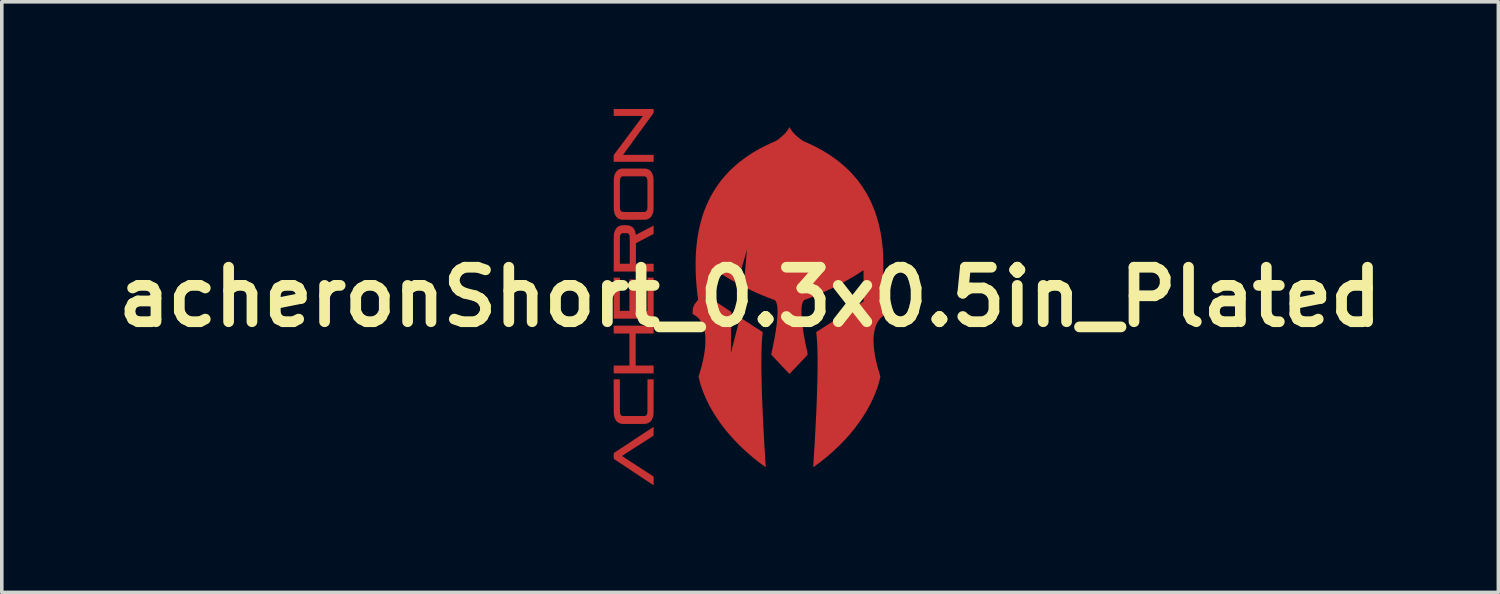
<source format=kicad_pcb>
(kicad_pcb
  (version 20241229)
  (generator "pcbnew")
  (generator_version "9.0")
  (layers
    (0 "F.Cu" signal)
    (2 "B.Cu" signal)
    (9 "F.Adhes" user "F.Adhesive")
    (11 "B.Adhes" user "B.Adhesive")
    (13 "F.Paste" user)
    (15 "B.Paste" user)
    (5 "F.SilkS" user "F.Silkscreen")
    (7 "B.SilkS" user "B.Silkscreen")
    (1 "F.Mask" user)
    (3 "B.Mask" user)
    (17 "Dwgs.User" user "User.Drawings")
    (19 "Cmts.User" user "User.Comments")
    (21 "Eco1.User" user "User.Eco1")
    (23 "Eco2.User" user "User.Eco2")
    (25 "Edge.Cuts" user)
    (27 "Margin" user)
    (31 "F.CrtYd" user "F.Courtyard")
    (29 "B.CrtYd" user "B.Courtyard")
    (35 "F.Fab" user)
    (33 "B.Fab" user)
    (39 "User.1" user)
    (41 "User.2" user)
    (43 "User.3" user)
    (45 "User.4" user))
  (footprint "acheronShort_0.3x0.5in_Plated"
    (layer "F.Cu")
    (at 17.932 5.26)
    (property "Reference" "acheronShort_0.3x0.5in_Plated" (at 0 0 0) (layer "F.SilkS") (effects (font (size 1.524 1.524) (thickness 0.3))))
    (attr through_hole)
    (pad "1" smd custom (at -3.7 -3.9) (size 0.1 0.1) (layers "F.Cu" "F.Mask") (options (anchor circle)) (primitives (gr_poly (pts (xy 0.998 -1.303) (xy 0.997 -1.252) (xy 0.567 -0.663) (xy 0.137 -0.073) (xy 0.567 -0.073) (xy 0.998 -0.072) (xy 0.998 0.111) (xy -0.11 0.111) (xy -0.11 -0.07) (xy 0.301 -0.62) (xy 0.336 -0.667) (xy 0.37 -0.713) (xy 0.403 -0.757) (xy 0.436 -0.801) (xy 0.467 -0.842) (xy 0.497 -0.883) (xy 0.525 -0.921) (xy 0.552 -0.957) (xy 0.577 -0.991) (xy 0.601 -1.022) (xy 0.622 -1.051) (xy 0.642 -1.077) (xy 0.659 -1.101) (xy 0.674 -1.121) (xy 0.687 -1.138) (xy 0.697 -1.152) (xy 0.704 -1.162) (xy 0.709 -1.168) (xy 0.711 -1.171) (xy 0.711 -1.171) (xy 0.708 -1.171) (xy 0.701 -1.171) (xy 0.689 -1.171) (xy 0.673 -1.171) (xy 0.653 -1.171) (xy 0.629 -1.171) (xy 0.602 -1.171) (xy 0.571 -1.172) (xy 0.538 -1.172) (xy 0.501 -1.172) (xy 0.463 -1.172) (xy 0.422 -1.172) (xy 0.379 -1.172) (xy 0.335 -1.172) (xy 0.301 -1.172) (xy -0.11 -1.172) (xy -0.11 -1.355) (xy 0.998 -1.355) (xy 0.998 -1.303)) (width 0.01) (fill yes))))
    (pad "1" smd custom (at -3.7 -2.8) (size 0.1 0.1) (layers "F.Cu" "F.Mask") (options (anchor circle)) (primitives (gr_poly (pts (xy 0.49 -0.79) (xy 0.533 -0.79) (xy 0.572 -0.79) (xy 0.607 -0.79) (xy 0.638 -0.79) (xy 0.665 -0.79) (xy 0.688 -0.79) (xy 0.708 -0.789) (xy 0.726 -0.789) (xy 0.741 -0.789) (xy 0.753 -0.789) (xy 0.763 -0.789) (xy 0.772 -0.788) (xy 0.779 -0.788) (xy 0.784 -0.787) (xy 0.789 -0.787) (xy 0.792 -0.786) (xy 0.796 -0.786) (xy 0.798 -0.785) (xy 0.83 -0.776) (xy 0.857 -0.764) (xy 0.882 -0.749) (xy 0.905 -0.73) (xy 0.914 -0.721) (xy 0.935 -0.696) (xy 0.952 -0.668) (xy 0.967 -0.637) (xy 0.979 -0.601) (xy 0.988 -0.562) (xy 0.992 -0.54) (xy 0.992 -0.536) (xy 0.993 -0.532) (xy 0.993 -0.527) (xy 0.994 -0.521) (xy 0.994 -0.515) (xy 0.995 -0.507) (xy 0.995 -0.497) (xy 0.995 -0.486) (xy 0.995 -0.473) (xy 0.996 -0.457) (xy 0.996 -0.439) (xy 0.996 -0.419) (xy 0.996 -0.395) (xy 0.996 -0.368) (xy 0.996 -0.338) (xy 0.996 -0.304) (xy 0.996 -0.267) (xy 0.996 -0.225) (xy 0.996 -0.178) (xy 0.996 -0.127) (xy 0.996 -0.081) (xy 0.996 -0.025) (xy 0.996 0.026) (xy 0.996 0.072) (xy 0.996 0.114) (xy 0.996 0.152) (xy 0.996 0.187) (xy 0.996 0.217) (xy 0.996 0.245) (xy 0.996 0.269) (xy 0.996 0.29) (xy 0.995 0.309) (xy 0.995 0.325) (xy 0.994 0.339) (xy 0.994 0.352) (xy 0.993 0.363) (xy 0.993 0.372) (xy 0.992 0.38) (xy 0.991 0.388) (xy 0.99 0.394) (xy 0.989 0.401) (xy 0.988 0.407) (xy 0.987 0.413) (xy 0.985 0.42) (xy 0.985 0.423) (xy 0.976 0.453) (xy 0.965 0.483) (xy 0.952 0.512) (xy 0.937 0.538) (xy 0.929 0.548) (xy 0.91 0.57) (xy 0.886 0.589) (xy 0.86 0.605) (xy 0.83 0.618) (xy 0.808 0.625) (xy 0.783 0.632) (xy 0.453 0.633) (xy 0.412 0.633) (xy 0.373 0.633) (xy 0.334 0.633) (xy 0.298 0.633) (xy 0.264 0.632) (xy 0.233 0.632) (xy 0.204 0.632) (xy 0.178 0.632) (xy 0.156 0.632) (xy 0.138 0.632) (xy 0.123 0.631) (xy 0.114 0.631) (xy 0.108 0.631) (xy 0.108 0.631) (xy 0.074 0.624) (xy 0.042 0.612) (xy 0.014 0.597) (xy -0.012 0.577) (xy -0.024 0.566) (xy -0.043 0.543) (xy -0.06 0.518) (xy -0.074 0.49) (xy -0.086 0.459) (xy -0.095 0.424) (xy -0.103 0.384) (xy -0.104 0.38) (xy -0.104 0.376) (xy -0.105 0.371) (xy -0.105 0.367) (xy -0.106 0.361) (xy -0.106 0.355) (xy -0.107 0.347) (xy -0.107 0.338) (xy -0.107 0.327) (xy -0.107 0.314) (xy -0.108 0.299) (xy -0.108 0.281) (xy -0.108 0.261) (xy -0.108 0.238) (xy -0.108 0.212) (xy -0.108 0.182) (xy -0.108 0.149) (xy -0.108 0.111) (xy -0.108 0.07) (xy -0.108 0.024) (xy -0.108 -0.026) (xy -0.108 -0.079) (xy 0.054 -0.079) (xy 0.054 -0.026) (xy 0.054 0.022) (xy 0.054 0.065) (xy 0.054 0.104) (xy 0.054 0.139) (xy 0.054 0.17) (xy 0.054 0.198) (xy 0.055 0.222) (xy 0.055 0.243) (xy 0.055 0.261) (xy 0.055 0.276) (xy 0.055 0.289) (xy 0.055 0.3) (xy 0.056 0.31) (xy 0.056 0.317) (xy 0.056 0.323) (xy 0.057 0.328) (xy 0.057 0.332) (xy 0.058 0.336) (xy 0.059 0.339) (xy 0.059 0.34) (xy 0.066 0.364) (xy 0.075 0.383) (xy 0.086 0.399) (xy 0.101 0.41) (xy 0.118 0.418) (xy 0.127 0.421) (xy 0.131 0.422) (xy 0.141 0.422) (xy 0.155 0.423) (xy 0.172 0.423) (xy 0.193 0.424) (xy 0.218 0.424) (xy 0.245 0.425) (xy 0.274 0.425) (xy 0.305 0.425) (xy 0.338 0.425) (xy 0.372 0.425) (xy 0.407 0.425) (xy 0.443 0.426) (xy 0.478 0.426) (xy 0.513 0.426) (xy 0.547 0.425) (xy 0.58 0.425) (xy 0.611 0.425) (xy 0.641 0.425) (xy 0.668 0.425) (xy 0.692 0.424) (xy 0.713 0.424) (xy 0.731 0.423) (xy 0.745 0.423) (xy 0.755 0.422) (xy 0.759 0.422) (xy 0.779 0.415) (xy 0.795 0.405) (xy 0.808 0.39) (xy 0.819 0.372) (xy 0.827 0.349) (xy 0.829 0.339) (xy 0.83 0.336) (xy 0.83 0.332) (xy 0.831 0.328) (xy 0.831 0.324) (xy 0.832 0.318) (xy 0.832 0.311) (xy 0.832 0.302) (xy 0.833 0.292) (xy 0.833 0.279) (xy 0.833 0.265) (xy 0.833 0.247) (xy 0.834 0.227) (xy 0.834 0.204) (xy 0.834 0.178) (xy 0.834 0.148) (xy 0.834 0.114) (xy 0.834 0.076) (xy 0.834 0.034) (xy 0.834 -0.012) (xy 0.834 -0.064) (xy 0.834 -0.079) (xy 0.834 -0.131) (xy 0.834 -0.179) (xy 0.834 -0.223) (xy 0.834 -0.261) (xy 0.834 -0.296) (xy 0.834 -0.327) (xy 0.834 -0.355) (xy 0.834 -0.379) (xy 0.833 -0.399) (xy 0.833 -0.418) (xy 0.833 -0.433) (xy 0.833 -0.446) (xy 0.833 -0.457) (xy 0.832 -0.466) (xy 0.832 -0.474) (xy 0.832 -0.48) (xy 0.831 -0.485) (xy 0.831 -0.489) (xy 0.83 -0.492) (xy 0.829 -0.495) (xy 0.829 -0.496) (xy 0.822 -0.521) (xy 0.813 -0.541) (xy 0.8 -0.557) (xy 0.785 -0.569) (xy 0.767 -0.577) (xy 0.755 -0.58) (xy 0.751 -0.581) (xy 0.744 -0.581) (xy 0.733 -0.582) (xy 0.719 -0.582) (xy 0.701 -0.582) (xy 0.679 -0.582) (xy 0.653 -0.582) (xy 0.623 -0.583) (xy 0.589 -0.583) (xy 0.55 -0.583) (xy 0.507 -0.583) (xy 0.458 -0.582) (xy 0.435 -0.582) (xy 0.13 -0.582) (xy 0.115 -0.576) (xy 0.098 -0.566) (xy 0.084 -0.553) (xy 0.072 -0.536) (xy 0.063 -0.514) (xy 0.059 -0.498) (xy 0.058 -0.495) (xy 0.058 -0.492) (xy 0.057 -0.488) (xy 0.057 -0.484) (xy 0.056 -0.479) (xy 0.056 -0.472) (xy 0.056 -0.464) (xy 0.055 -0.454) (xy 0.055 -0.442) (xy 0.055 -0.428) (xy 0.055 -0.412) (xy 0.055 -0.392) (xy 0.054 -0.37) (xy 0.054 -0.345) (xy 0.054 -0.316) (xy 0.054 -0.283) (xy 0.054 -0.247) (xy 0.054 -0.206) (xy 0.054 -0.161) (xy 0.054 -0.111) (xy 0.054 -0.079) (xy -0.108 -0.079) (xy -0.108 -0.134) (xy -0.108 -0.184) (xy -0.108 -0.229) (xy -0.108 -0.271) (xy -0.108 -0.308) (xy -0.108 -0.341) (xy -0.108 -0.37) (xy -0.108 -0.397) (xy -0.108 -0.42) (xy -0.108 -0.44) (xy -0.108 -0.457) (xy -0.107 -0.472) (xy -0.107 -0.485) (xy -0.107 -0.496) (xy -0.107 -0.505) (xy -0.106 -0.513) (xy -0.106 -0.519) (xy -0.105 -0.524) (xy -0.105 -0.529) (xy -0.104 -0.533) (xy -0.104 -0.537) (xy -0.096 -0.576) (xy -0.087 -0.611) (xy -0.076 -0.643) (xy -0.062 -0.671) (xy -0.046 -0.696) (xy -0.039 -0.705) (xy -0.02 -0.727) (xy -0.001 -0.744) (xy 0.02 -0.759) (xy 0.043 -0.77) (xy 0.07 -0.78) (xy 0.08 -0.783) (xy 0.105 -0.79) (xy 0.442 -0.79) (xy 0.49 -0.79)) (width 0.01) (fill yes))))
    (pad "1" smd custom (at -3.7 -0.9) (size 0.1 0.1) (layers "F.Cu" "F.Mask") (options (anchor circle)) (primitives (gr_poly (pts (xy 0.239 -1.106) (xy 0.255 -1.105) (xy 0.264 -1.104) (xy 0.3 -1.099) (xy 0.331 -1.091) (xy 0.36 -1.079) (xy 0.388 -1.063) (xy 0.389 -1.062) (xy 0.413 -1.044) (xy 0.434 -1.023) (xy 0.451 -0.999) (xy 0.466 -0.971) (xy 0.479 -0.94) (xy 0.489 -0.904) (xy 0.496 -0.864) (xy 0.497 -0.861) (xy 0.501 -0.832) (xy 0.748 -0.962) (xy 0.78 -0.979) (xy 0.812 -0.996) (xy 0.842 -1.011) (xy 0.871 -1.026) (xy 0.897 -1.04) (xy 0.92 -1.052) (xy 0.941 -1.063) (xy 0.959 -1.072) (xy 0.974 -1.08) (xy 0.985 -1.086) (xy 0.993 -1.09) (xy 0.996 -1.091) (xy 0.996 -1.091) (xy 0.996 -1.089) (xy 0.997 -1.082) (xy 0.997 -1.071) (xy 0.997 -1.056) (xy 0.997 -1.038) (xy 0.998 -1.018) (xy 0.998 -0.996) (xy 0.998 -0.981) (xy 0.998 -0.87) (xy 0.987 -0.864) (xy 0.983 -0.862) (xy 0.975 -0.858) (xy 0.964 -0.852) (xy 0.948 -0.844) (xy 0.93 -0.834) (xy 0.908 -0.823) (xy 0.884 -0.81) (xy 0.858 -0.796) (xy 0.829 -0.781) (xy 0.799 -0.765) (xy 0.768 -0.749) (xy 0.745 -0.737) (xy 0.713 -0.72) (xy 0.682 -0.704) (xy 0.653 -0.689) (xy 0.626 -0.674) (xy 0.6 -0.661) (xy 0.577 -0.649) (xy 0.557 -0.638) (xy 0.54 -0.629) (xy 0.526 -0.622) (xy 0.516 -0.616) (xy 0.51 -0.613) (xy 0.508 -0.612) (xy 0.502 -0.608) (xy 0.502 -0.027) (xy 0.998 -0.027) (xy 0.998 0.181) (xy -0.11 0.181) (xy -0.109 -0.027) (xy 0.053 -0.027) (xy 0.34 -0.027) (xy 0.34 -0.406) (xy 0.34 -0.459) (xy 0.34 -0.507) (xy 0.34 -0.551) (xy 0.34 -0.59) (xy 0.34 -0.625) (xy 0.339 -0.657) (xy 0.339 -0.684) (xy 0.339 -0.708) (xy 0.339 -0.729) (xy 0.339 -0.747) (xy 0.338 -0.761) (xy 0.338 -0.774) (xy 0.338 -0.784) (xy 0.337 -0.792) (xy 0.337 -0.798) (xy 0.337 -0.802) (xy 0.336 -0.804) (xy 0.331 -0.828) (xy 0.323 -0.848) (xy 0.312 -0.864) (xy 0.299 -0.877) (xy 0.285 -0.885) (xy 0.268 -0.894) (xy 0.125 -0.894) (xy 0.111 -0.887) (xy 0.094 -0.876) (xy 0.08 -0.861) (xy 0.069 -0.842) (xy 0.06 -0.819) (xy 0.059 -0.813) (xy 0.058 -0.81) (xy 0.058 -0.807) (xy 0.057 -0.803) (xy 0.057 -0.797) (xy 0.056 -0.791) (xy 0.056 -0.783) (xy 0.056 -0.773) (xy 0.055 -0.76) (xy 0.055 -0.746) (xy 0.055 -0.729) (xy 0.055 -0.709) (xy 0.055 -0.686) (xy 0.054 -0.66) (xy 0.054 -0.63) (xy 0.054 -0.597) (xy 0.054 -0.559) (xy 0.054 -0.517) (xy 0.054 -0.471) (xy 0.054 -0.42) (xy 0.054 -0.411) (xy 0.053 -0.027) (xy -0.109 -0.027) (xy -0.109 -0.322) (xy -0.109 -0.383) (xy -0.109 -0.439) (xy -0.109 -0.49) (xy -0.109 -0.536) (xy -0.109 -0.579) (xy -0.108 -0.618) (xy -0.108 -0.652) (xy -0.108 -0.684) (xy -0.108 -0.712) (xy -0.108 -0.737) (xy -0.107 -0.759) (xy -0.107 -0.779) (xy -0.107 -0.796) (xy -0.106 -0.811) (xy -0.106 -0.824) (xy -0.105 -0.835) (xy -0.104 -0.845) (xy -0.103 -0.854) (xy -0.103 -0.861) (xy -0.102 -0.868) (xy -0.1 -0.874) (xy -0.099 -0.88) (xy -0.098 -0.886) (xy -0.096 -0.891) (xy -0.095 -0.897) (xy -0.093 -0.904) (xy -0.092 -0.907) (xy -0.082 -0.94) (xy -0.071 -0.968) (xy -0.057 -0.993) (xy -0.041 -1.016) (xy -0.022 -1.038) (xy -0.014 -1.046) (xy 0.006 -1.062) (xy 0.027 -1.076) (xy 0.05 -1.087) (xy 0.077 -1.095) (xy 0.096 -1.1) (xy 0.106 -1.102) (xy 0.121 -1.103) (xy 0.138 -1.104) (xy 0.158 -1.105) (xy 0.178 -1.106) (xy 0.2 -1.106) (xy 0.22 -1.106) (xy 0.239 -1.106)) (width 0.01) (fill yes))))
    (pad "1" smd custom (at -3.7 0) (size 0.1 0.1) (layers "F.Cu" "F.Mask") (options (anchor circle)) (primitives (gr_poly (pts (xy 0.053 0.391) (xy 0.33 0.391) (xy 0.33 -0.49) (xy 0.495 -0.49) (xy 0.495 0.391) (xy 0.835 0.391) (xy 0.835 -0.538) (xy 0.998 -0.538) (xy 0.998 0.599) (xy -0.11 0.599) (xy -0.11 -0.538) (xy 0.053 -0.538) (xy 0.053 0.391)) (width 0.01) (fill yes))))
    (pad "1" smd custom (at -3.7 0.9) (size 0.1 0.1) (layers "F.Cu" "F.Mask") (options (anchor circle)) (primitives (gr_poly (pts (xy 0.997 0.01) (xy 0.996 0.115) (xy 0.495 0.116) (xy 0.495 1.02) (xy 0.998 1.02) (xy 0.997 1.125) (xy 0.996 1.23) (xy 0.443 1.23) (xy -0.11 1.231) (xy -0.11 1.02) (xy 0.33 1.02) (xy 0.33 0.116) (xy -0.11 0.116) (xy -0.11 -0.095) (xy 0.998 -0.095) (xy 0.997 0.01)) (width 0.01) (fill yes))))
    (pad "1" smd custom (at -3.7 2.5) (size 0.1 0.1) (layers "F.Cu" "F.Mask") (options (anchor circle)) (primitives (gr_poly (pts (xy 0.054 0.27) (xy 0.054 0.328) (xy 0.054 0.381) (xy 0.054 0.43) (xy 0.054 0.474) (xy 0.054 0.514) (xy 0.054 0.55) (xy 0.054 0.582) (xy 0.054 0.611) (xy 0.055 0.637) (xy 0.055 0.659) (xy 0.055 0.679) (xy 0.056 0.696) (xy 0.056 0.71) (xy 0.057 0.723) (xy 0.057 0.733) (xy 0.058 0.742) (xy 0.059 0.75) (xy 0.06 0.756) (xy 0.061 0.761) (xy 0.062 0.765) (xy 0.063 0.769) (xy 0.065 0.773) (xy 0.066 0.776) (xy 0.068 0.779) (xy 0.07 0.783) (xy 0.071 0.785) (xy 0.081 0.802) (xy 0.096 0.816) (xy 0.114 0.827) (xy 0.128 0.833) (xy 0.76 0.833) (xy 0.775 0.827) (xy 0.791 0.817) (xy 0.805 0.804) (xy 0.816 0.788) (xy 0.824 0.768) (xy 0.829 0.752) (xy 0.83 0.75) (xy 0.83 0.747) (xy 0.831 0.744) (xy 0.831 0.74) (xy 0.831 0.734) (xy 0.832 0.728) (xy 0.832 0.72) (xy 0.832 0.71) (xy 0.833 0.699) (xy 0.833 0.685) (xy 0.833 0.669) (xy 0.833 0.65) (xy 0.833 0.629) (xy 0.834 0.604) (xy 0.834 0.576) (xy 0.834 0.545) (xy 0.834 0.51) (xy 0.834 0.471) (xy 0.834 0.427) (xy 0.834 0.38) (xy 0.834 0.327) (xy 0.834 0.27) (xy 0.834 0.27) (xy 0.835 -0.194) (xy 0.998 -0.194) (xy 0.997 0.287) (xy 0.997 0.345) (xy 0.997 0.399) (xy 0.997 0.448) (xy 0.997 0.492) (xy 0.997 0.532) (xy 0.996 0.569) (xy 0.996 0.601) (xy 0.996 0.631) (xy 0.996 0.656) (xy 0.996 0.679) (xy 0.996 0.699) (xy 0.995 0.716) (xy 0.995 0.731) (xy 0.995 0.744) (xy 0.995 0.755) (xy 0.994 0.764) (xy 0.994 0.772) (xy 0.994 0.778) (xy 0.993 0.783) (xy 0.993 0.788) (xy 0.992 0.792) (xy 0.992 0.795) (xy 0.985 0.831) (xy 0.976 0.863) (xy 0.965 0.893) (xy 0.952 0.921) (xy 0.945 0.935) (xy 0.926 0.961) (xy 0.904 0.984) (xy 0.879 1.004) (xy 0.85 1.02) (xy 0.818 1.032) (xy 0.788 1.04) (xy 0.784 1.04) (xy 0.78 1.041) (xy 0.774 1.041) (xy 0.767 1.042) (xy 0.759 1.042) (xy 0.749 1.043) (xy 0.736 1.043) (xy 0.721 1.043) (xy 0.703 1.043) (xy 0.682 1.044) (xy 0.658 1.044) (xy 0.63 1.044) (xy 0.598 1.044) (xy 0.562 1.044) (xy 0.521 1.044) (xy 0.476 1.044) (xy 0.463 1.044) (xy 0.424 1.044) (xy 0.386 1.044) (xy 0.349 1.044) (xy 0.315 1.044) (xy 0.282 1.044) (xy 0.253 1.044) (xy 0.226 1.044) (xy 0.202 1.044) (xy 0.182 1.044) (xy 0.165 1.044) (xy 0.153 1.044) (xy 0.145 1.044) (xy 0.143 1.044) (xy 0.105 1.04) (xy 0.071 1.032) (xy 0.04 1.021) (xy 0.011 1.005) (xy -0.014 0.986) (xy -0.036 0.963) (xy -0.055 0.935) (xy -0.072 0.904) (xy -0.086 0.868) (xy -0.097 0.828) (xy -0.104 0.791) (xy -0.104 0.787) (xy -0.105 0.783) (xy -0.105 0.779) (xy -0.106 0.773) (xy -0.106 0.766) (xy -0.106 0.758) (xy -0.107 0.748) (xy -0.107 0.736) (xy -0.107 0.722) (xy -0.107 0.705) (xy -0.108 0.687) (xy -0.108 0.665) (xy -0.108 0.641) (xy -0.108 0.613) (xy -0.108 0.582) (xy -0.108 0.547) (xy -0.108 0.508) (xy -0.109 0.465) (xy -0.109 0.418) (xy -0.109 0.367) (xy -0.109 0.31) (xy -0.109 0.285) (xy -0.11 -0.194) (xy 0.053 -0.194) (xy 0.054 0.27)) (width 0.01) (fill yes))))
    (pad "1" smd custom (at -3.7 4.4) (size 0.1 0.1) (layers "F.Cu" "F.Mask") (options (anchor circle)) (primitives (gr_poly (pts (xy 0.997 -0.758) (xy 0.997 -0.751) (xy 0.997 -0.74) (xy 0.997 -0.725) (xy 0.997 -0.707) (xy 0.997 -0.687) (xy 0.997 -0.665) (xy 0.997 -0.643) (xy 0.996 -0.526) (xy 0.552 -0.241) (xy 0.497 -0.206) (xy 0.446 -0.174) (xy 0.399 -0.144) (xy 0.357 -0.116) (xy 0.318 -0.091) (xy 0.283 -0.069) (xy 0.251 -0.048) (xy 0.223 -0.03) (xy 0.198 -0.014) (xy 0.177 -0.000149) (xy 0.159 0.012) (xy 0.144 0.022) (xy 0.131 0.03) (xy 0.122 0.037) (xy 0.115 0.041) (xy 0.111 0.044) (xy 0.11 0.046) (xy 0.11 0.046) (xy 0.112 0.048) (xy 0.119 0.052) (xy 0.129 0.059) (xy 0.143 0.068) (xy 0.16 0.079) (xy 0.181 0.093) (xy 0.205 0.108) (xy 0.231 0.126) (xy 0.261 0.145) (xy 0.292 0.166) (xy 0.326 0.188) (xy 0.362 0.211) (xy 0.4 0.236) (xy 0.44 0.262) (xy 0.481 0.288) (xy 0.523 0.316) (xy 0.555 0.337) (xy 0.998 0.625) (xy 0.998 0.741) (xy 0.998 0.765) (xy 0.998 0.787) (xy 0.998 0.807) (xy 0.998 0.824) (xy 0.997 0.838) (xy 0.997 0.849) (xy 0.997 0.855) (xy 0.997 0.857) (xy 0.995 0.856) (xy 0.989 0.852) (xy 0.979 0.845) (xy 0.965 0.836) (xy 0.948 0.824) (xy 0.927 0.811) (xy 0.903 0.795) (xy 0.876 0.777) (xy 0.847 0.757) (xy 0.814 0.736) (xy 0.779 0.713) (xy 0.742 0.688) (xy 0.703 0.662) (xy 0.662 0.635) (xy 0.619 0.606) (xy 0.574 0.576) (xy 0.528 0.546) (xy 0.481 0.515) (xy 0.444 0.489) (xy -0.109 0.122) (xy -0.109 0.045) (xy -0.11 -0.031) (xy 0.443 -0.396) (xy 0.491 -0.428) (xy 0.538 -0.459) (xy 0.583 -0.489) (xy 0.628 -0.518) (xy 0.67 -0.546) (xy 0.711 -0.573) (xy 0.75 -0.599) (xy 0.786 -0.623) (xy 0.821 -0.645) (xy 0.853 -0.666) (xy 0.882 -0.685) (xy 0.908 -0.703) (xy 0.931 -0.718) (xy 0.951 -0.731) (xy 0.968 -0.742) (xy 0.98 -0.75) (xy 0.99 -0.756) (xy 0.995 -0.76) (xy 0.996 -0.761) (xy 0.997 -0.758)) (width 0.01) (fill yes))))
    (pad "1" smd custom (at 1.1 -1.5) (size 0.1 0.1) (layers "F.Cu" "F.Mask") (options (anchor circle)) (primitives (gr_poly (pts (xy 0.013 -3.226) (xy 0.033 -3.192) (xy 0.056 -3.156) (xy 0.085 -3.12) (xy 0.117 -3.082) (xy 0.154 -3.045) (xy 0.195 -3.006) (xy 0.239 -2.968) (xy 0.287 -2.929) (xy 0.308 -2.913) (xy 0.326 -2.9) (xy 0.341 -2.889) (xy 0.353 -2.88) (xy 0.364 -2.872) (xy 0.375 -2.866) (xy 0.385 -2.861) (xy 0.397 -2.855) (xy 0.41 -2.849) (xy 0.427 -2.842) (xy 0.427 -2.842) (xy 0.504 -2.808) (xy 0.582 -2.772) (xy 0.66 -2.735) (xy 0.737 -2.696) (xy 0.811 -2.657) (xy 0.882 -2.619) (xy 0.909 -2.604) (xy 1.016 -2.54) (xy 1.119 -2.475) (xy 1.217 -2.409) (xy 1.312 -2.34) (xy 1.403 -2.269) (xy 1.49 -2.196) (xy 1.575 -2.12) (xy 1.658 -2.041) (xy 1.667 -2.032) (xy 1.725 -1.972) (xy 1.779 -1.914) (xy 1.831 -1.856) (xy 1.881 -1.796) (xy 1.93 -1.734) (xy 1.954 -1.701) (xy 2.026 -1.602) (xy 2.093 -1.499) (xy 2.157 -1.394) (xy 2.216 -1.286) (xy 2.271 -1.174) (xy 2.322 -1.06) (xy 2.37 -0.942) (xy 2.413 -0.822) (xy 2.452 -0.698) (xy 2.487 -0.571) (xy 2.518 -0.442) (xy 2.546 -0.309) (xy 2.569 -0.173) (xy 2.588 -0.034) (xy 2.603 0.108) (xy 2.614 0.253) (xy 2.621 0.401) (xy 2.624 0.553) (xy 2.623 0.707) (xy 2.623 0.708) (xy 2.621 0.808) (xy 2.617 0.906) (xy 2.611 1.003) (xy 2.605 1.1) (xy 2.597 1.199) (xy 2.587 1.3) (xy 2.575 1.404) (xy 2.566 1.483) (xy 2.554 1.576) (xy 2.591 1.621) (xy 2.615 1.652) (xy 2.636 1.68) (xy 2.653 1.706) (xy 2.668 1.731) (xy 2.679 1.756) (xy 2.689 1.78) (xy 2.696 1.806) (xy 2.701 1.833) (xy 2.705 1.862) (xy 2.707 1.895) (xy 2.709 1.924) (xy 2.71 1.971) (xy 2.685 1.984) (xy 2.646 2.006) (xy 2.611 2.031) (xy 2.578 2.058) (xy 2.55 2.084) (xy 2.525 2.111) (xy 2.503 2.138) (xy 2.484 2.166) (xy 2.465 2.196) (xy 2.447 2.229) (xy 2.443 2.237) (xy 2.419 2.29) (xy 2.399 2.347) (xy 2.382 2.408) (xy 2.369 2.473) (xy 2.359 2.541) (xy 2.352 2.613) (xy 2.349 2.688) (xy 2.35 2.767) (xy 2.354 2.85) (xy 2.362 2.936) (xy 2.373 3.026) (xy 2.386 3.111) (xy 2.398 3.18) (xy 2.413 3.253) (xy 2.43 3.327) (xy 2.448 3.403) (xy 2.468 3.478) (xy 2.49 3.553) (xy 2.512 3.626) (xy 2.513 3.63) (xy 2.518 3.646) (xy 2.523 3.662) (xy 2.528 3.677) (xy 2.532 3.69) (xy 2.534 3.697) (xy 2.54 3.718) (xy 2.533 3.754) (xy 2.519 3.819) (xy 2.501 3.888) (xy 2.481 3.96) (xy 2.456 4.033) (xy 2.429 4.109) (xy 2.4 4.186) (xy 2.367 4.264) (xy 2.332 4.343) (xy 2.295 4.421) (xy 2.255 4.5) (xy 2.229 4.549) (xy 2.161 4.672) (xy 2.088 4.792) (xy 2.01 4.912) (xy 1.928 5.03) (xy 1.841 5.146) (xy 1.749 5.261) (xy 1.653 5.375) (xy 1.552 5.486) (xy 1.447 5.596) (xy 1.337 5.703) (xy 1.224 5.809) (xy 1.106 5.913) (xy 0.985 6.014) (xy 0.859 6.114) (xy 0.733 6.208) (xy 0.718 6.219) (xy 0.704 6.228) (xy 0.692 6.236) (xy 0.683 6.243) (xy 0.677 6.247) (xy 0.674 6.248) (xy 0.673 6.248) (xy 0.673 6.246) (xy 0.673 6.238) (xy 0.674 6.227) (xy 0.675 6.211) (xy 0.676 6.193) (xy 0.677 6.172) (xy 0.678 6.148) (xy 0.68 6.122) (xy 0.681 6.1) (xy 0.693 5.916) (xy 0.704 5.736) (xy 0.714 5.56) (xy 0.724 5.388) (xy 0.733 5.22) (xy 0.741 5.056) (xy 0.749 4.896) (xy 0.757 4.741) (xy 0.763 4.589) (xy 0.769 4.442) (xy 0.774 4.299) (xy 0.779 4.161) (xy 0.783 4.027) (xy 0.787 3.897) (xy 0.789 3.772) (xy 0.791 3.651) (xy 0.793 3.535) (xy 0.794 3.424) (xy 0.794 3.318) (xy 0.794 3.216) (xy 0.792 3.119) (xy 0.791 3.027) (xy 0.788 2.939) (xy 0.785 2.857) (xy 0.782 2.786) (xy 0.78 2.758) (xy 0.778 2.728) (xy 0.776 2.697) (xy 0.774 2.665) (xy 0.771 2.635) (xy 0.768 2.605) (xy 0.766 2.577) (xy 0.763 2.552) (xy 0.761 2.53) (xy 0.758 2.511) (xy 0.757 2.501) (xy 0.756 2.491) (xy 0.756 2.486) (xy 0.757 2.484) (xy 0.76 2.482) (xy 0.766 2.478) (xy 0.776 2.471) (xy 0.79 2.462) (xy 0.807 2.451) (xy 0.828 2.438) (xy 0.852 2.422) (xy 0.878 2.405) (xy 0.907 2.386) (xy 0.939 2.365) (xy 0.973 2.343) (xy 1.009 2.32) (xy 1.047 2.295) (xy 1.086 2.27) (xy 1.127 2.243) (xy 1.169 2.216) (xy 1.212 2.188) (xy 1.256 2.159) (xy 1.301 2.13) (xy 1.346 2.101) (xy 1.392 2.071) (xy 1.437 2.041) (xy 1.482 2.012) (xy 1.527 1.983) (xy 1.572 1.954) (xy 1.615 1.926) (xy 1.658 1.898) (xy 1.7 1.871) (xy 1.74 1.845) (xy 1.779 1.82) (xy 1.816 1.796) (xy 1.85 1.773) (xy 1.883 1.752) (xy 1.914 1.732) (xy 1.942 1.714) (xy 1.967 1.698) (xy 1.989 1.683) (xy 2.008 1.671) (xy 2.024 1.661) (xy 2.036 1.653) (xy 2.042 1.649) (xy 2.082 1.623) (xy 2.082 1.447) (xy 2.082 1.408) (xy 2.082 1.367) (xy 2.082 1.325) (xy 2.082 1.283) (xy 2.081 1.24) (xy 2.081 1.198) (xy 2.081 1.155) (xy 2.081 1.113) (xy 2.08 1.071) (xy 2.08 1.031) (xy 2.08 0.992) (xy 2.08 0.955) (xy 2.079 0.92) (xy 2.079 0.887) (xy 2.079 0.856) (xy 2.079 0.829) (xy 2.078 0.805) (xy 2.078 0.784) (xy 2.078 0.767) (xy 2.077 0.754) (xy 2.077 0.746) (xy 2.077 0.742) (xy 2.077 0.742) (xy 2.074 0.743) (xy 2.068 0.746) (xy 2.059 0.752) (xy 2.047 0.76) (xy 2.033 0.769) (xy 2.017 0.779) (xy 2.008 0.785) (xy 1.876 0.87) (xy 1.739 0.953) (xy 1.597 1.035) (xy 1.452 1.115) (xy 1.304 1.193) (xy 1.152 1.268) (xy 0.998 1.34) (xy 0.945 1.365) (xy 0.895 1.387) (xy 0.843 1.409) (xy 0.79 1.432) (xy 0.737 1.454) (xy 0.684 1.475) (xy 0.633 1.496) (xy 0.583 1.516) (xy 0.535 1.534) (xy 0.491 1.55) (xy 0.45 1.564) (xy 0.449 1.565) (xy 0.435 1.57) (xy 0.425 1.573) (xy 0.418 1.577) (xy 0.412 1.58) (xy 0.407 1.584) (xy 0.402 1.589) (xy 0.4 1.591) (xy 0.385 1.611) (xy 0.372 1.635) (xy 0.361 1.664) (xy 0.351 1.697) (xy 0.343 1.736) (xy 0.337 1.778) (xy 0.337 1.781) (xy 0.336 1.792) (xy 0.335 1.808) (xy 0.335 1.827) (xy 0.334 1.85) (xy 0.334 1.874) (xy 0.334 1.9) (xy 0.334 1.927) (xy 0.334 1.954) (xy 0.334 1.98) (xy 0.335 2.004) (xy 0.335 2.027) (xy 0.336 2.046) (xy 0.337 2.062) (xy 0.337 2.065) (xy 0.345 2.156) (xy 0.355 2.249) (xy 0.367 2.346) (xy 0.382 2.445) (xy 0.398 2.548) (xy 0.417 2.654) (xy 0.437 2.763) (xy 0.46 2.877) (xy 0.486 2.995) (xy 0.489 3.01) (xy 0.493 3.03) (xy 0.497 3.049) (xy 0.501 3.066) (xy 0.504 3.08) (xy 0.506 3.091) (xy 0.507 3.098) (xy 0.507 3.101) (xy 0.505 3.105) (xy 0.5 3.111) (xy 0.493 3.12) (xy 0.483 3.132) (xy 0.47 3.147) (xy 0.454 3.165) (xy 0.434 3.187) (xy 0.411 3.212) (xy 0.408 3.216) (xy 0.389 3.236) (xy 0.368 3.259) (xy 0.343 3.285) (xy 0.317 3.313) (xy 0.289 3.343) (xy 0.26 3.373) (xy 0.231 3.404) (xy 0.201 3.436) (xy 0.172 3.467) (xy 0.143 3.497) (xy 0.116 3.525) (xy 0.09 3.552) (xy 0.067 3.577) (xy 0.046 3.598) (xy 0.035 3.61) (xy 0.002 3.643) (xy -0.072 3.565) (xy -0.116 3.519) (xy -0.159 3.475) (xy -0.199 3.432) (xy -0.237 3.392) (xy -0.273 3.353) (xy -0.307 3.317) (xy -0.339 3.284) (xy -0.368 3.252) (xy -0.395 3.223) (xy -0.419 3.197) (xy -0.44 3.174) (xy -0.459 3.154) (xy -0.474 3.137) (xy -0.486 3.122) (xy -0.495 3.112) (xy -0.501 3.104) (xy -0.503 3.1) (xy -0.503 3.1) (xy -0.503 3.097) (xy -0.501 3.09) (xy -0.499 3.079) (xy -0.496 3.067) (xy -0.494 3.06) (xy -0.482 3.005) (xy -0.469 2.945) (xy -0.456 2.883) (xy -0.443 2.819) (xy -0.43 2.754) (xy -0.418 2.69) (xy -0.406 2.627) (xy -0.396 2.566) (xy -0.388 2.52) (xy -0.374 2.432) (xy -0.362 2.347) (xy -0.351 2.267) (xy -0.343 2.191) (xy -0.336 2.119) (xy -0.331 2.051) (xy -0.328 1.987) (xy -0.326 1.928) (xy -0.326 1.873) (xy -0.329 1.822) (xy -0.333 1.775) (xy -0.338 1.734) (xy -0.346 1.696) (xy -0.355 1.663) (xy -0.366 1.635) (xy -0.379 1.611) (xy -0.394 1.592) (xy -0.395 1.591) (xy -0.4 1.586) (xy -0.405 1.582) (xy -0.41 1.578) (xy -0.416 1.575) (xy -0.425 1.571) (xy -0.438 1.567) (xy -0.447 1.564) (xy -0.531 1.534) (xy -0.619 1.5) (xy -0.71 1.464) (xy -0.803 1.425) (xy -0.9 1.383) (xy -0.998 1.338) (xy -1.034 1.321) (xy -1.055 1.312) (xy -1.077 1.301) (xy -1.1 1.29) (xy -1.123 1.279) (xy -1.145 1.268) (xy -1.167 1.257) (xy -1.188 1.247) (xy -1.207 1.238) (xy -1.224 1.229) (xy -1.238 1.222) (xy -1.249 1.216) (xy -1.257 1.212) (xy -1.261 1.21) (xy -1.261 1.21) (xy -1.262 1.206) (xy -1.262 1.197) (xy -1.262 1.183) (xy -1.261 1.165) (xy -1.26 1.142) (xy -1.259 1.114) (xy -1.257 1.083) (xy -1.255 1.047) (xy -1.252 1.008) (xy -1.249 0.964) (xy -1.247 0.94) (xy -1.245 0.913) (xy -1.243 0.881) (xy -1.24 0.845) (xy -1.237 0.806) (xy -1.233 0.763) (xy -1.229 0.719) (xy -1.226 0.672) (xy -1.222 0.624) (xy -1.217 0.576) (xy -1.213 0.527) (xy -1.209 0.478) (xy -1.205 0.43) (xy -1.201 0.384) (xy -1.197 0.339) (xy -1.193 0.297) (xy -1.19 0.258) (xy -1.186 0.222) (xy -1.185 0.207) (xy -1.183 0.188) (xy -1.182 0.171) (xy -1.181 0.157) (xy -1.18 0.145) (xy -1.179 0.137) (xy -1.179 0.133) (xy -1.18 0.134) (xy -1.181 0.138) (xy -1.184 0.147) (xy -1.188 0.158) (xy -1.192 0.172) (xy -1.193 0.177) (xy -1.219 0.268) (xy -1.243 0.355) (xy -1.267 0.437) (xy -1.289 0.515) (xy -1.31 0.587) (xy -1.329 0.655) (xy -1.348 0.718) (xy -1.365 0.776) (xy -1.381 0.829) (xy -1.396 0.878) (xy -1.409 0.921) (xy -1.422 0.96) (xy -1.433 0.994) (xy -1.443 1.023) (xy -1.451 1.048) (xy -1.459 1.067) (xy -1.465 1.081) (xy -1.47 1.091) (xy -1.473 1.096) (xy -1.475 1.096) (xy -1.479 1.095) (xy -1.485 1.092) (xy -1.489 1.09) (xy -1.494 1.087) (xy -1.503 1.082) (xy -1.515 1.076) (xy -1.529 1.068) (xy -1.545 1.06) (xy -1.56 1.052) (xy -1.635 1.01) (xy -1.708 0.968) (xy -1.78 0.925) (xy -1.852 0.881) (xy -1.925 0.835) (xy -1.997 0.788) (xy -2.014 0.777) (xy -2.03 0.767) (xy -2.044 0.758) (xy -2.056 0.75) (xy -2.064 0.745) (xy -2.07 0.742) (xy -2.071 0.741) (xy -2.071 0.744) (xy -2.072 0.751) (xy -2.072 0.763) (xy -2.072 0.779) (xy -2.072 0.798) (xy -2.072 0.821) (xy -2.073 0.848) (xy -2.073 0.877) (xy -2.073 0.909) (xy -2.073 0.943) (xy -2.074 0.978) (xy -2.074 1.016) (xy -2.074 1.055) (xy -2.075 1.094) (xy -2.075 1.134) (xy -2.075 1.175) (xy -2.076 1.215) (xy -2.076 1.255) (xy -2.076 1.295) (xy -2.076 1.333) (xy -2.077 1.371) (xy -2.077 1.406) (xy -2.077 1.44) (xy -2.077 1.471) (xy -2.077 1.5) (xy -2.078 1.526) (xy -2.078 1.549) (xy -2.078 1.568) (xy -2.078 1.583) (xy -2.078 1.589) (xy -2.078 1.622) (xy -1.626 1.922) (xy -1.627 1.972) (xy -1.628 1.982) (xy -1.628 1.996) (xy -1.628 2.014) (xy -1.628 2.036) (xy -1.629 2.062) (xy -1.629 2.091) (xy -1.63 2.122) (xy -1.63 2.157) (xy -1.631 2.194) (xy -1.631 2.233) (xy -1.632 2.274) (xy -1.633 2.317) (xy -1.633 2.361) (xy -1.634 2.406) (xy -1.635 2.452) (xy -1.635 2.499) (xy -1.636 2.545) (xy -1.636 2.592) (xy -1.637 2.638) (xy -1.638 2.684) (xy -1.638 2.729) (xy -1.639 2.772) (xy -1.639 2.815) (xy -1.64 2.855) (xy -1.64 2.894) (xy -1.641 2.93) (xy -1.641 2.964) (xy -1.642 2.995) (xy -1.642 3.022) (xy -1.642 3.047) (xy -1.643 3.068) (xy -1.643 3.085) (xy -1.643 3.097) (xy -1.643 3.105) (xy -1.643 3.109) (xy -1.643 3.109) (xy -1.642 3.107) (xy -1.64 3.1) (xy -1.637 3.088) (xy -1.633 3.072) (xy -1.628 3.053) (xy -1.622 3.029) (xy -1.615 3.002) (xy -1.607 2.972) (xy -1.599 2.938) (xy -1.589 2.902) (xy -1.579 2.862) (xy -1.569 2.821) (xy -1.557 2.777) (xy -1.546 2.732) (xy -1.534 2.684) (xy -1.521 2.635) (xy -1.51 2.593) (xy -1.378 2.077) (xy -1.372 2.081) (xy -1.368 2.084) (xy -1.359 2.089) (xy -1.348 2.097) (xy -1.333 2.106) (xy -1.315 2.118) (xy -1.294 2.132) (xy -1.271 2.146) (xy -1.246 2.163) (xy -1.219 2.18) (xy -1.191 2.198) (xy -1.162 2.217) (xy -1.133 2.236) (xy -1.103 2.255) (xy -1.073 2.275) (xy -1.043 2.294) (xy -1.014 2.313) (xy -0.986 2.331) (xy -0.959 2.348) (xy -0.934 2.364) (xy -0.911 2.379) (xy -0.905 2.383) (xy -0.749 2.484) (xy -0.751 2.494) (xy -0.756 2.539) (xy -0.761 2.586) (xy -0.766 2.636) (xy -0.77 2.69) (xy -0.774 2.747) (xy -0.777 2.809) (xy -0.781 2.875) (xy -0.783 2.922) (xy -0.783 2.94) (xy -0.784 2.962) (xy -0.784 2.988) (xy -0.785 3.018) (xy -0.785 3.051) (xy -0.786 3.088) (xy -0.786 3.126) (xy -0.786 3.167) (xy -0.787 3.21) (xy -0.787 3.253) (xy -0.787 3.298) (xy -0.787 3.343) (xy -0.787 3.387) (xy -0.787 3.432) (xy -0.787 3.475) (xy -0.787 3.517) (xy -0.787 3.557) (xy -0.786 3.594) (xy -0.786 3.629) (xy -0.786 3.661) (xy -0.785 3.69) (xy -0.785 3.692) (xy -0.782 3.834) (xy -0.779 3.982) (xy -0.774 4.134) (xy -0.769 4.29) (xy -0.763 4.452) (xy -0.756 4.617) (xy -0.749 4.788) (xy -0.741 4.964) (xy -0.731 5.144) (xy -0.722 5.329) (xy -0.711 5.519) (xy -0.7 5.714) (xy -0.687 5.914) (xy -0.677 6.075) (xy -0.675 6.105) (xy -0.674 6.132) (xy -0.672 6.158) (xy -0.671 6.182) (xy -0.669 6.203) (xy -0.668 6.22) (xy -0.667 6.234) (xy -0.667 6.244) (xy -0.667 6.25) (xy -0.667 6.251) (xy -0.669 6.25) (xy -0.674 6.246) (xy -0.683 6.24) (xy -0.694 6.232) (xy -0.707 6.223) (xy -0.717 6.215) (xy -0.849 6.116) (xy -0.978 6.015) (xy -1.102 5.911) (xy -1.222 5.805) (xy -1.338 5.698) (xy -1.449 5.588) (xy -1.555 5.476) (xy -1.657 5.363) (xy -1.754 5.248) (xy -1.847 5.131) (xy -1.935 5.012) (xy -2.018 4.891) (xy -2.097 4.769) (xy -2.171 4.645) (xy -2.18 4.629) (xy -2.224 4.55) (xy -2.265 4.47) (xy -2.305 4.389) (xy -2.342 4.309) (xy -2.376 4.229) (xy -2.408 4.15) (xy -2.438 4.072) (xy -2.464 3.995) (xy -2.487 3.921) (xy -2.506 3.849) (xy -2.522 3.78) (xy -2.526 3.762) (xy -2.535 3.717) (xy -2.525 3.686) (xy -2.504 3.621) (xy -2.484 3.553) (xy -2.464 3.483) (xy -2.445 3.412) (xy -2.428 3.342) (xy -2.412 3.274) (xy -2.402 3.225) (xy -2.386 3.142) (xy -2.372 3.063) (xy -2.362 2.987) (xy -2.354 2.914) (xy -2.348 2.842) (xy -2.345 2.771) (xy -2.345 2.715) (xy -2.345 2.68) (xy -2.345 2.649) (xy -2.347 2.62) (xy -2.348 2.593) (xy -2.351 2.565) (xy -2.354 2.537) (xy -2.355 2.529) (xy -2.365 2.463) (xy -2.378 2.4) (xy -2.395 2.341) (xy -2.415 2.285) (xy -2.439 2.234) (xy -2.466 2.185) (xy -2.496 2.141) (xy -2.529 2.1) (xy -2.565 2.064) (xy -2.605 2.031) (xy -2.648 2.002) (xy -2.68 1.984) (xy -2.69 1.979) (xy -2.697 1.974) (xy -2.702 1.971) (xy -2.703 1.97) (xy -2.704 1.967) (xy -2.704 1.959) (xy -2.704 1.948) (xy -2.703 1.935) (xy -2.702 1.919) (xy -2.702 1.903) (xy -2.701 1.887) (xy -2.7 1.871) (xy -2.699 1.857) (xy -2.697 1.846) (xy -2.696 1.838) (xy -2.691 1.81) (xy -2.684 1.784) (xy -2.675 1.759) (xy -2.663 1.733) (xy -2.648 1.707) (xy -2.63 1.68) (xy -2.609 1.651) (xy -2.591 1.628) (xy -2.581 1.616) (xy -2.571 1.604) (xy -2.564 1.594) (xy -2.558 1.587) (xy -2.554 1.583) (xy -2.548 1.575) (xy -2.556 1.52) (xy -2.558 1.498) (xy -2.562 1.472) (xy -2.565 1.443) (xy -2.569 1.412) (xy -2.573 1.379) (xy -2.576 1.346) (xy -2.58 1.313) (xy -2.583 1.283) (xy -2.586 1.254) (xy -2.588 1.231) (xy -2.598 1.11) (xy -2.607 0.99) (xy -2.613 0.869) (xy -2.617 0.75) (xy -2.618 0.632) (xy -2.618 0.517) (xy -2.616 0.405) (xy -2.611 0.297) (xy -2.61 0.275) (xy -2.599 0.13) (xy -2.585 -0.012) (xy -2.566 -0.15) (xy -2.544 -0.285) (xy -2.518 -0.417) (xy -2.488 -0.546) (xy -2.454 -0.671) (xy -2.417 -0.794) (xy -2.375 -0.914) (xy -2.329 -1.03) (xy -2.28 -1.144) (xy -2.23 -1.247) (xy -2.172 -1.356) (xy -2.11 -1.463) (xy -2.044 -1.566) (xy -1.974 -1.667) (xy -1.9 -1.765) (xy -1.821 -1.86) (xy -1.739 -1.952) (xy -1.652 -2.042) (xy -1.561 -2.128) (xy -1.466 -2.212) (xy -1.367 -2.293) (xy -1.263 -2.371) (xy -1.156 -2.447) (xy -1.044 -2.52) (xy -0.928 -2.59) (xy -0.807 -2.657) (xy -0.682 -2.721) (xy -0.553 -2.783) (xy -0.424 -2.841) (xy -0.406 -2.848) (xy -0.392 -2.855) (xy -0.379 -2.861) (xy -0.368 -2.867) (xy -0.358 -2.873) (xy -0.346 -2.88) (xy -0.333 -2.89) (xy -0.318 -2.901) (xy -0.304 -2.911) (xy -0.255 -2.949) (xy -0.21 -2.988) (xy -0.167 -3.026) (xy -0.129 -3.064) (xy -0.094 -3.102) (xy -0.064 -3.139) (xy -0.038 -3.175) (xy -0.016 -3.21) (xy -0.009 -3.224) (xy 0.003 -3.247) (xy 0.013 -3.226)) (width 0.01) (fill yes)))))
  (gr_rect
    (start -3 -3)
    (end 38.865 13.522)
    (stroke (width 0.1) (type default))
    (fill no)
    (layer "Edge.Cuts")))
</source>
